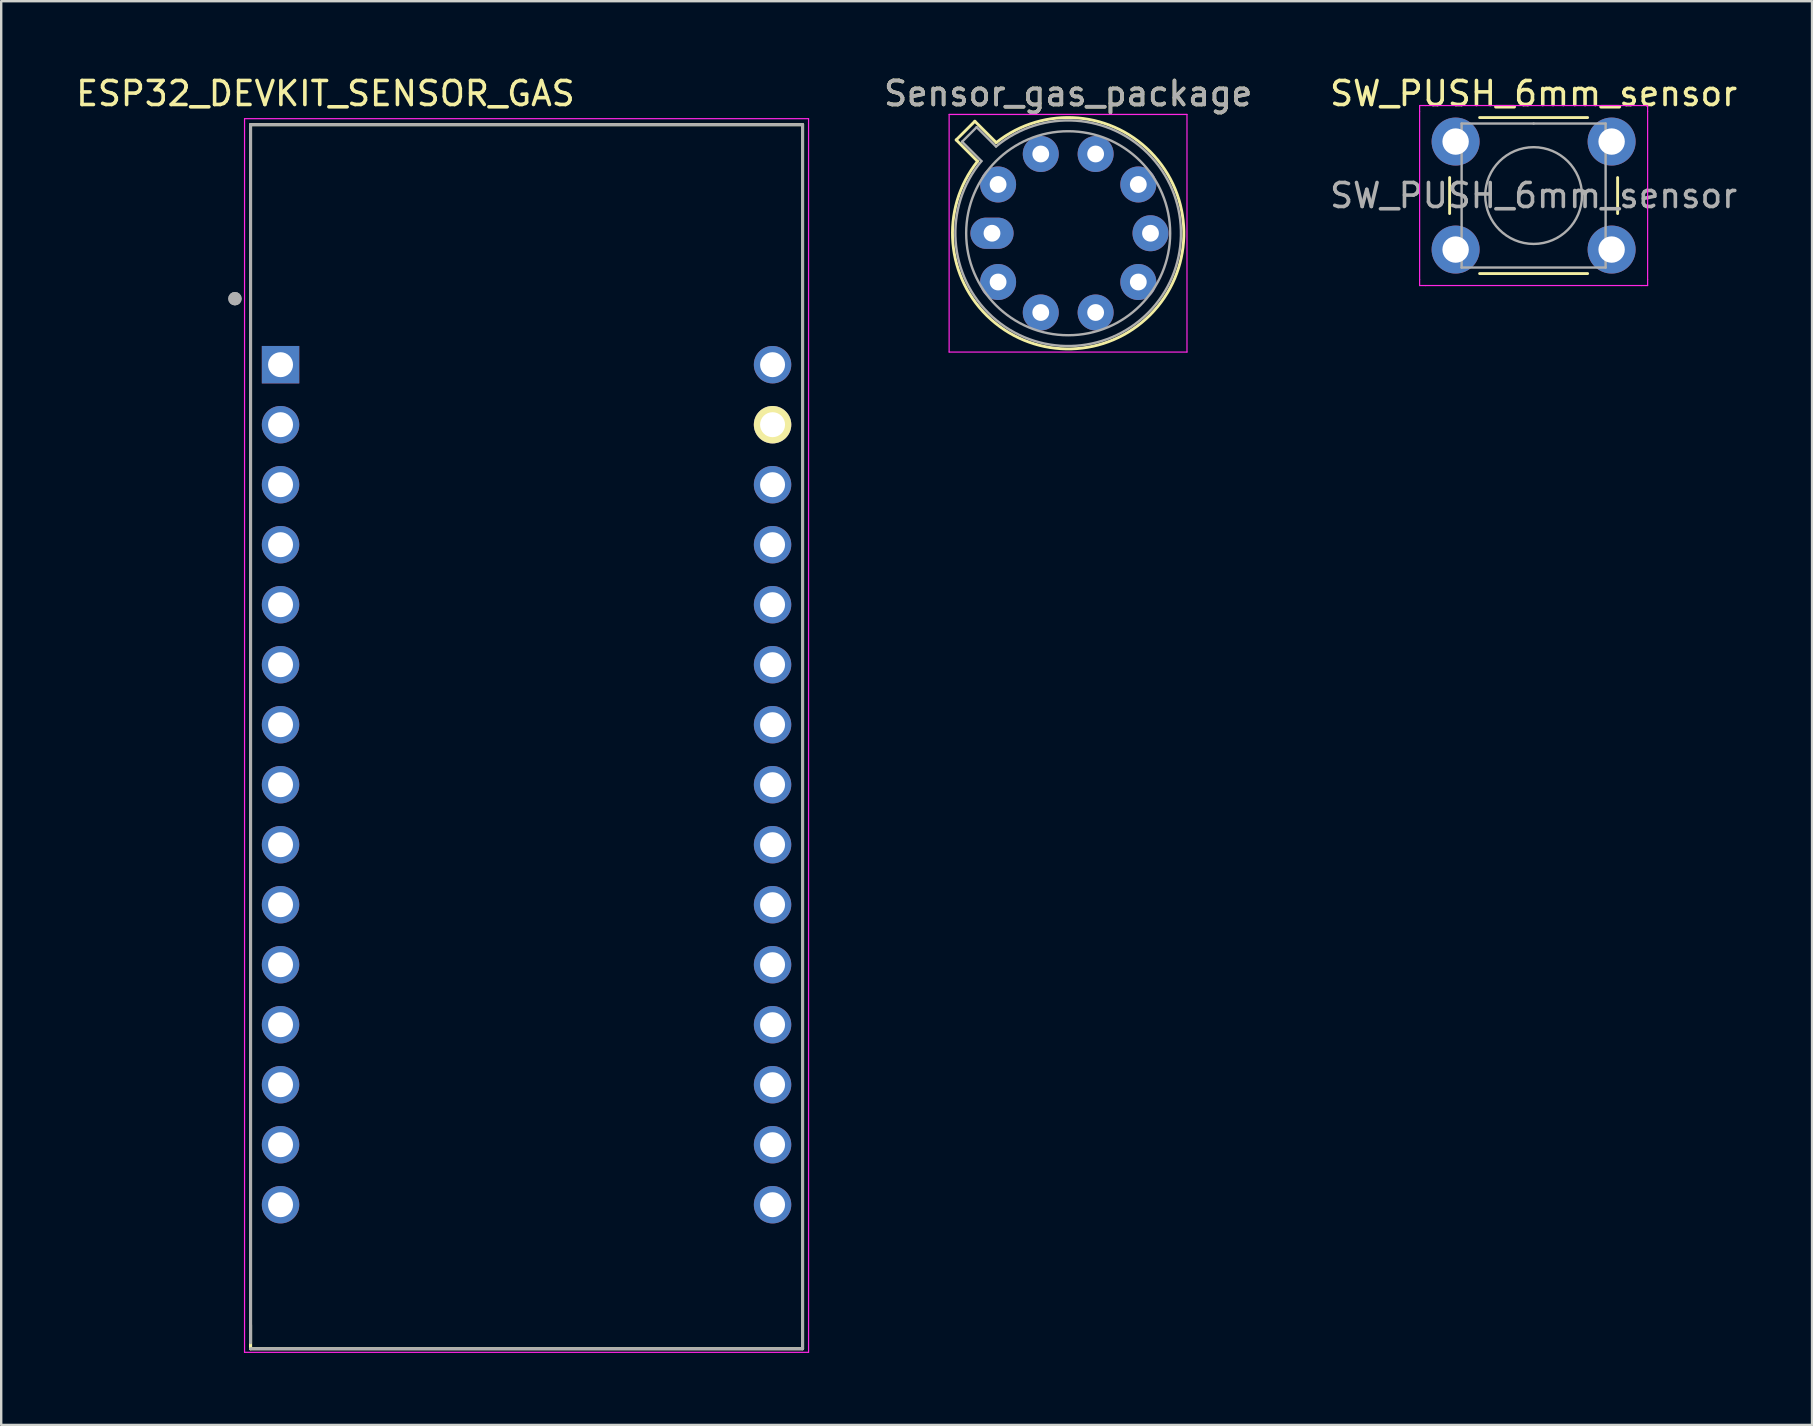
<source format=kicad_pcb>
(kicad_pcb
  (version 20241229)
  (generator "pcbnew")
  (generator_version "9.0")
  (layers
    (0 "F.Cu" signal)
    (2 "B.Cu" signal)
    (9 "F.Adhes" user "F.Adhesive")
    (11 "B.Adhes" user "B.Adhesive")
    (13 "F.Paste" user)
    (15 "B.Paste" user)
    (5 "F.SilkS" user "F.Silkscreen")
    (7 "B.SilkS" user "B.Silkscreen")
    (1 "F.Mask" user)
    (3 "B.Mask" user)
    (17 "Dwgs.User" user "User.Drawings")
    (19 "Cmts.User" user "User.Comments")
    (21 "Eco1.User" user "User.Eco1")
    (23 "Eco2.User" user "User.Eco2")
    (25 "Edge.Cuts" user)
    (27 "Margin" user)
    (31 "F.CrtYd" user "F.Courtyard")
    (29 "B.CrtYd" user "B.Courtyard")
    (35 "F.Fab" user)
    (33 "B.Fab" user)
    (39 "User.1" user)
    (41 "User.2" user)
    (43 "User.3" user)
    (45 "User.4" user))
  (footprint "ESP32_DEVKIT_SENSOR_GAS"
    (layer "F.Cu")
    (at 21.339 29.295)
    (property "Reference" "ESP32_DEVKIT_SENSOR_GAS" (at -10.829 -28.446 0) (layer "F.SilkS") (effects (font (size 1 1) (thickness 0.15))))
    (attr through_hole)
    (fp_line (start -13.95 -27.15) (end 9.05 -27.15) (stroke (width 0.127) (type solid)) (layer "F.SilkS"))
    (fp_line (start -13.95 23.85) (end -13.95 -27.15) (stroke (width 0.127) (type solid)) (layer "F.SilkS"))
    (fp_line (start -13.95 23.85) (end -13.95 22.86) (stroke (width 0.127) (type solid)) (layer "F.SilkS"))
    (fp_line (start 9.05 -27.15) (end 9.05 23.85) (stroke (width 0.127) (type solid)) (layer "F.SilkS"))
    (fp_line (start 9.05 23.85) (end -13.95 23.85) (stroke (width 0.127) (type solid)) (layer "F.SilkS"))
    (fp_line (start -14.2 -27.4) (end 9.3 -27.4) (stroke (width 0.05) (type solid)) (layer "F.CrtYd"))
    (fp_line (start -14.2 24) (end -14.2 -27.4) (stroke (width 0.05) (type solid)) (layer "F.CrtYd"))
    (fp_line (start 9.3 -27.4) (end 9.3 24) (stroke (width 0.05) (type solid)) (layer "F.CrtYd"))
    (fp_line (start 9.3 24) (end -14.2 24) (stroke (width 0.05) (type solid)) (layer "F.CrtYd"))
    (fp_line (start -13.95 -27.15) (end 9.05 -27.15) (stroke (width 0.127) (type solid)) (layer "F.Fab"))
    (fp_line (start -13.95 23.6) (end -13.95 -27.15) (stroke (width 0.127) (type solid)) (layer "F.Fab"))
    (fp_line (start 9.05 -27.15) (end 9.05 23.85) (stroke (width 0.127) (type solid)) (layer "F.Fab"))
    (fp_line (start 9.05 23.85) (end -13.95 23.85) (stroke (width 0.127) (type solid)) (layer "F.Fab"))
    (fp_circle (center -14.6 -19.9) (end -14.46 -19.9) (stroke (width 0.28) (type solid)) (fill no) (layer "F.Fab"))
    (fp_circle (center -14.6 -19.9) (end -14.46 -19.9) (stroke (width 0.28) (type solid)) (fill no) (layer "F.Fab"))
    (pad "1" thru_hole rect (at -12.7 -17.15) (size 1.56 1.56) (drill 1.04) (layers "*.Cu" "*.Mask"))
    (pad "2" thru_hole circle (at -12.7 -14.65) (size 1.56 1.56) (drill 1.04) (layers "*.Cu" "*.Mask"))
    (pad "3" thru_hole circle (at -12.7 -12.15) (size 1.56 1.56) (drill 1.04) (layers "*.Cu" "*.Mask"))
    (pad "4" thru_hole circle (at -12.7 -9.65) (size 1.56 1.56) (drill 1.04) (layers "*.Cu" "*.Mask"))
    (pad "5" thru_hole circle (at -12.7 -7.15) (size 1.56 1.56) (drill 1.04) (layers "*.Cu" "*.Mask"))
    (pad "6" thru_hole circle (at -12.7 -4.65) (size 1.56 1.56) (drill 1.04) (layers "*.Cu" "*.Mask"))
    (pad "7" thru_hole circle (at -12.7 -2.15) (size 1.56 1.56) (drill 1.04) (layers "*.Cu" "*.Mask"))
    (pad "8" thru_hole circle (at -12.7 0.35) (size 1.56 1.56) (drill 1.04) (layers "*.Cu" "*.Mask"))
    (pad "9" thru_hole circle (at -12.7 2.85) (size 1.56 1.56) (drill 1.04) (layers "*.Cu" "*.Mask"))
    (pad "10" thru_hole circle (at -12.7 5.35) (size 1.56 1.56) (drill 1.04) (layers "*.Cu" "*.Mask"))
    (pad "11" thru_hole circle (at -12.7 7.85) (size 1.56 1.56) (drill 1.04) (layers "*.Cu" "*.Mask"))
    (pad "12" thru_hole circle (at -12.7 10.35) (size 1.56 1.56) (drill 1.04) (layers "*.Cu" "*.Mask"))
    (pad "13" thru_hole circle (at -12.7 12.85) (size 1.56 1.56) (drill 1.04) (layers "*.Cu" "*.Mask"))
    (pad "14" thru_hole circle (at -12.7 15.35) (size 1.56 1.56) (drill 1.04) (layers "*.Cu" "*.Mask"))
    (pad "15" thru_hole circle (at -12.7 17.85) (size 1.56 1.56) (drill 1.04) (layers "*.Cu" "*.Mask"))
    (pad "16" thru_hole circle (at 7.8 -17.15) (size 1.56 1.56) (drill 1.04) (layers "*.Cu" "*.Mask"))
    (pad "17" thru_hole circle (at 7.8 -14.65) (size 1.56 1.56) (drill 1.04) (layers "*.Cu" "*.Mask" "F.SilkS"))
    (pad "18" thru_hole circle (at 7.8 -12.15) (size 1.56 1.56) (drill 1.04) (layers "*.Cu" "*.Mask"))
    (pad "19" thru_hole circle (at 7.8 -9.65) (size 1.56 1.56) (drill 1.04) (layers "*.Cu" "*.Mask"))
    (pad "20" thru_hole circle (at 7.8 -7.15) (size 1.56 1.56) (drill 1.04) (layers "*.Cu" "*.Mask" "Eco1.User"))
    (pad "21" thru_hole circle (at 7.8 -4.65) (size 1.56 1.56) (drill 1.04) (layers "*.Cu" "*.Mask"))
    (pad "22" thru_hole circle (at 7.8 -2.15) (size 1.56 1.56) (drill 1.04) (layers "*.Cu" "*.Mask"))
    (pad "23" thru_hole circle (at 7.8 0.35) (size 1.56 1.56) (drill 1.04) (layers "*.Cu" "*.Mask"))
    (pad "24" thru_hole circle (at 7.8 2.85) (size 1.56 1.56) (drill 1.04) (layers "*.Cu" "*.Mask"))
    (pad "25" thru_hole circle (at 7.8 5.35) (size 1.56 1.56) (drill 1.04) (layers "*.Cu" "*.Mask"))
    (pad "26" thru_hole circle (at 7.8 7.85) (size 1.56 1.56) (drill 1.04) (layers "*.Cu" "*.Mask"))
    (pad "27" thru_hole circle (at 7.8 10.35) (size 1.56 1.56) (drill 1.04) (layers "*.Cu" "*.Mask"))
    (pad "28" thru_hole circle (at 7.8 12.85) (size 1.56 1.56) (drill 1.04) (layers "*.Cu" "*.Mask"))
    (pad "29" thru_hole circle (at 7.8 15.35) (size 1.56 1.56) (drill 1.04) (layers "*.Cu" "*.Mask"))
    (pad "30" thru_hole circle (at 7.8 17.85) (size 1.56 1.56) (drill 1.04) (layers "*.Cu" "*.Mask")))
  (footprint "SW_PUSH_6mm_sensor"
    (layer "F.Cu")
    (at 57.599 2.848)
    (property "Reference" "SW_PUSH_6mm_sensor" (at 3.25 -2 0) (layer "F.SilkS") (effects (font (size 1 1) (thickness 0.15))))
    (attr through_hole)
    (fp_line (start -0.25 1.5) (end -0.25 3) (stroke (width 0.12) (type solid)) (layer "F.SilkS"))
    (fp_line (start 1 5.5) (end 5.5 5.5) (stroke (width 0.12) (type solid)) (layer "F.SilkS"))
    (fp_line (start 5.5 -1) (end 1 -1) (stroke (width 0.12) (type solid)) (layer "F.SilkS"))
    (fp_line (start 6.75 3) (end 6.75 1.5) (stroke (width 0.12) (type solid)) (layer "F.SilkS"))
    (fp_line (start -1.5 -1.5) (end -1.25 -1.5) (stroke (width 0.05) (type solid)) (layer "F.CrtYd"))
    (fp_line (start -1.5 -1.25) (end -1.5 -1.5) (stroke (width 0.05) (type solid)) (layer "F.CrtYd"))
    (fp_line (start -1.5 5.75) (end -1.5 -1.25) (stroke (width 0.05) (type solid)) (layer "F.CrtYd"))
    (fp_line (start -1.5 5.75) (end -1.5 6) (stroke (width 0.05) (type solid)) (layer "F.CrtYd"))
    (fp_line (start -1.5 6) (end -1.25 6) (stroke (width 0.05) (type solid)) (layer "F.CrtYd"))
    (fp_line (start -1.25 -1.5) (end 7.75 -1.5) (stroke (width 0.05) (type solid)) (layer "F.CrtYd"))
    (fp_line (start 7.75 -1.5) (end 8 -1.5) (stroke (width 0.05) (type solid)) (layer "F.CrtYd"))
    (fp_line (start 7.75 6) (end -1.25 6) (stroke (width 0.05) (type solid)) (layer "F.CrtYd"))
    (fp_line (start 7.75 6) (end 8 6) (stroke (width 0.05) (type solid)) (layer "F.CrtYd"))
    (fp_line (start 8 -1.5) (end 8 -1.25) (stroke (width 0.05) (type solid)) (layer "F.CrtYd"))
    (fp_line (start 8 -1.25) (end 8 5.75) (stroke (width 0.05) (type solid)) (layer "F.CrtYd"))
    (fp_line (start 8 6) (end 8 5.75) (stroke (width 0.05) (type solid)) (layer "F.CrtYd"))
    (fp_line (start 0.25 -0.75) (end 3.25 -0.75) (stroke (width 0.1) (type solid)) (layer "F.Fab"))
    (fp_line (start 0.25 5.25) (end 0.25 -0.75) (stroke (width 0.1) (type solid)) (layer "F.Fab"))
    (fp_line (start 3.25 -0.75) (end 6.25 -0.75) (stroke (width 0.1) (type solid)) (layer "F.Fab"))
    (fp_line (start 6.25 -0.75) (end 6.25 5.25) (stroke (width 0.1) (type solid)) (layer "F.Fab"))
    (fp_line (start 6.25 5.25) (end 0.25 5.25) (stroke (width 0.1) (type solid)) (layer "F.Fab"))
    (fp_circle (center 3.25 2.25) (end 1.25 2.5) (stroke (width 0.1) (type solid)) (fill no) (layer "F.Fab"))
    (fp_text user "${REFERENCE}" (at 3.25 2.25 0) (layer "F.Fab") (effects (font (size 1 1) (thickness 0.15))))
    (pad "1" thru_hole circle (at 0 0 90) (size 2 2) (drill 1.1) (layers "*.Cu" "*.Mask"))
    (pad "2" thru_hole circle (at 6.5 0 90) (size 2 2) (drill 1.1) (layers "*.Cu" "*.Mask"))
    (pad "3" thru_hole circle (at 0 4.5 90) (size 2 2) (drill 1.1) (layers "*.Cu" "*.Mask"))
    (pad "4" thru_hole circle (at 6.5 4.5 90) (size 2 2) (drill 1.1) (layers "*.Cu" "*.Mask")))
  (footprint "Sensor_gas_package"
    (layer "F.Cu")
    (at 38.536 6.668)
    (property "Reference" "Sensor_gas_package" (at 2.92 -5.82 0) (layer "F.SilkS") (effects (font (size 1 1) (thickness 0.15))))
    (attr through_hole)
    (fp_line (start -1.746 -3.888) (end -0.855 -2.997) (stroke (width 0.12) (type solid)) (layer "F.SilkS"))
    (fp_line (start -0.968 -4.666) (end -1.746 -3.888) (stroke (width 0.12) (type solid)) (layer "F.SilkS"))
    (fp_line (start -0.077 -3.775) (end -0.968 -4.666) (stroke (width 0.12) (type solid)) (layer "F.SilkS"))
    (fp_arc (start -0.077084 -3.774902) (mid 6.328125 3.408384) (end -0.854674 -2.997371) (stroke (width 0.12) (type solid)) (layer "F.SilkS"))
    (fp_line (start -2.04 -4.95) (end -2.04 4.95) (stroke (width 0.05) (type solid)) (layer "F.CrtYd"))
    (fp_line (start -2.04 4.95) (end 7.87 4.95) (stroke (width 0.05) (type solid)) (layer "F.CrtYd"))
    (fp_line (start 7.87 -4.95) (end -2.04 -4.95) (stroke (width 0.05) (type solid)) (layer "F.CrtYd"))
    (fp_line (start 7.87 4.95) (end 7.87 -4.95) (stroke (width 0.05) (type solid)) (layer "F.CrtYd"))
    (fp_line (start -1.5 -3.812) (end -0.694 -3.005) (stroke (width 0.1) (type solid)) (layer "F.Fab"))
    (fp_line (start -0.892 -4.42) (end -1.5 -3.812) (stroke (width 0.1) (type solid)) (layer "F.Fab"))
    (fp_line (start -0.085 -3.614) (end -0.892 -4.42) (stroke (width 0.1) (type solid)) (layer "F.Fab"))
    (fp_arc (start -0.085408 -3.61352) (mid 6.243443 3.323361) (end -0.693594 -3.005319) (stroke (width 0.1) (type solid)) (layer "F.Fab"))
    (fp_circle (center 2.92 0) (end 7.17 0) (stroke (width 0.1) (type solid)) (fill no) (layer "F.Fab"))
    (fp_text user "${REFERENCE}" (at 2.92 -5.82 0) (layer "F.Fab") (effects (font (size 1 1) (thickness 0.15))))
    (pad "1" thru_hole oval (at -0.254 0) (size 1.8 1.3) (drill 0.7) (layers "*.Cu" "*.Mask"))
    (pad "2" thru_hole oval (at 0 2.032) (size 1.5 1.5) (drill 0.7) (layers "*.Cu" "*.Mask"))
    (pad "3" thru_hole oval (at 1.778 3.302) (size 1.5 1.5) (drill 0.7) (layers "*.Cu" "*.Mask"))
    (pad "4" thru_hole oval (at 4.064 3.302) (size 1.5 1.5) (drill 0.7) (layers "*.Cu" "*.Mask"))
    (pad "5" thru_hole oval (at 5.842 2.032) (size 1.5 1.5) (drill 0.7) (layers "*.Cu" "*.Mask"))
    (pad "6" thru_hole oval (at 6.35 0) (size 1.5 1.5) (drill 0.7) (layers "*.Cu" "*.Mask"))
    (pad "7" thru_hole oval (at 5.842 -2.032) (size 1.5 1.5) (drill 0.7) (layers "*.Cu" "*.Mask"))
    (pad "8" thru_hole oval (at 4.064 -3.302) (size 1.5 1.5) (drill 0.7) (layers "*.Cu" "*.Mask"))
    (pad "9" thru_hole oval (at 1.778 -3.302) (size 1.5 1.5) (drill 0.7) (layers "*.Cu" "*.Mask"))
    (pad "10" thru_hole oval (at 0 -2.032) (size 1.5 1.5) (drill 0.7) (layers "*.Cu" "*.Mask")))
  (gr_rect
    (start -3 -3)
    (end 72.45 56.32)
    (stroke (width 0.1) (type default))
    (fill no)
    (layer "Edge.Cuts")))
</source>
